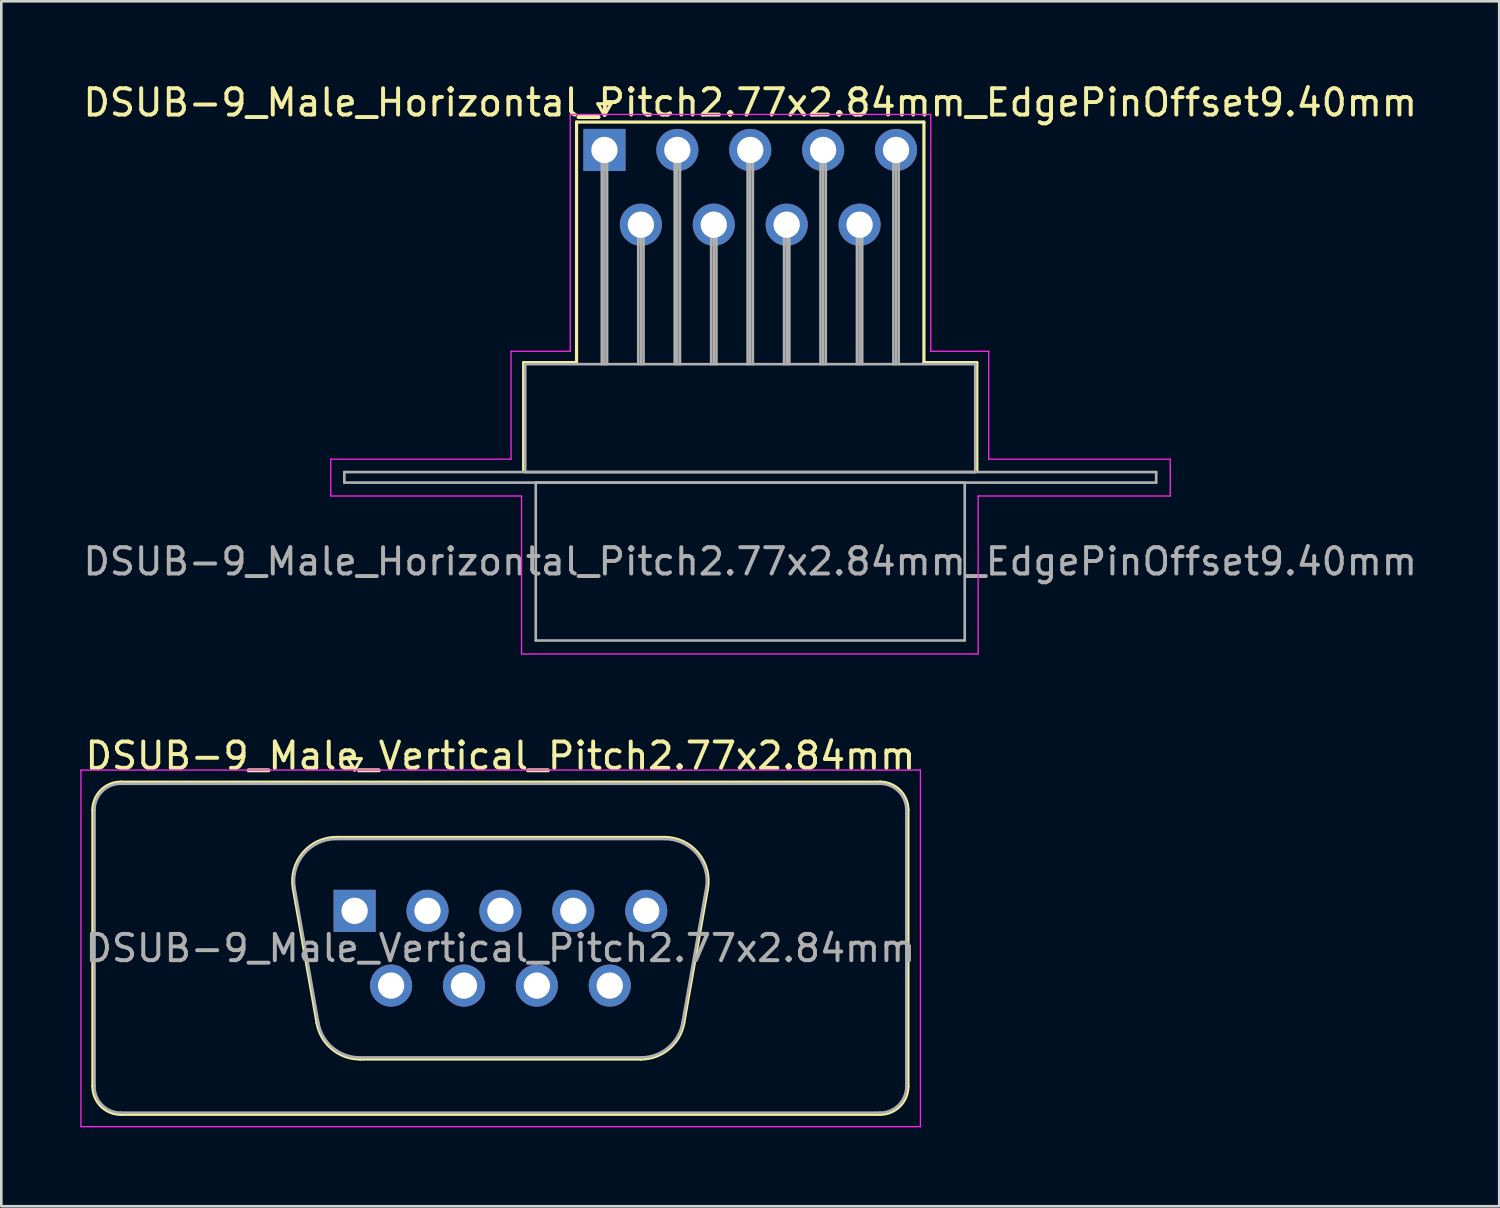
<source format=kicad_pcb>
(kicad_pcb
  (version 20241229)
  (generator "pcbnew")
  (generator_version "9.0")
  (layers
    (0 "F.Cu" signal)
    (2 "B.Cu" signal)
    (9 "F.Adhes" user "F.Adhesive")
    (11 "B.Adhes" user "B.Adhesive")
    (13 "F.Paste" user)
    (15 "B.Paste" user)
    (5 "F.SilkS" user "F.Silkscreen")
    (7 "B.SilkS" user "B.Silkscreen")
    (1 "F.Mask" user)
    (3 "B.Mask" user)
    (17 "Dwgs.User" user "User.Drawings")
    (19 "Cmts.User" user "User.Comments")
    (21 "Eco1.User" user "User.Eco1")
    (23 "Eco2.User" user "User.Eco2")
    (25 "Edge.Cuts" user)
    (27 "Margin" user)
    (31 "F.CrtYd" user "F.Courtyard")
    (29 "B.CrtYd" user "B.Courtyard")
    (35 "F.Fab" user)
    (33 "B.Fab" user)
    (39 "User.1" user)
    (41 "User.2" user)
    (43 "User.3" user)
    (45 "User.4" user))
  (footprint "DSUB-9_Male_Horizontal_Pitch2.77x2.84mm_EdgePinOffset9.40mm"
    (layer "F.Cu")
    (at 19.918 2.648)
    (property "Reference" "DSUB-9_Male_Horizontal_Pitch2.77x2.84mm_EdgePinOffset9.40mm" (at 5.54 -1.8 0) (layer "F.SilkS") (effects (font (size 1 1) (thickness 0.15))))
    (attr through_hole)
    (fp_line (start -3.07 8.08) (end -1.06 8.08) (stroke (width 0.12) (type solid)) (layer "F.SilkS"))
    (fp_line (start -3.07 12.18) (end -3.07 8.08) (stroke (width 0.12) (type solid)) (layer "F.SilkS"))
    (fp_line (start -1.06 -1.06) (end 12.14 -1.06) (stroke (width 0.12) (type solid)) (layer "F.SilkS"))
    (fp_line (start -1.06 8.08) (end -1.06 -1.06) (stroke (width 0.12) (type solid)) (layer "F.SilkS"))
    (fp_line (start -0.25 -1.754) (end 0.25 -1.754) (stroke (width 0.12) (type solid)) (layer "F.SilkS"))
    (fp_line (start 0 -1.321) (end -0.25 -1.754) (stroke (width 0.12) (type solid)) (layer "F.SilkS"))
    (fp_line (start 0.25 -1.754) (end 0 -1.321) (stroke (width 0.12) (type solid)) (layer "F.SilkS"))
    (fp_line (start 12.14 -1.06) (end 12.14 8.08) (stroke (width 0.12) (type solid)) (layer "F.SilkS"))
    (fp_line (start 12.14 8.08) (end 14.15 8.08) (stroke (width 0.12) (type solid)) (layer "F.SilkS"))
    (fp_line (start 14.15 8.08) (end 14.15 12.18) (stroke (width 0.12) (type solid)) (layer "F.SilkS"))
    (fp_line (start -10.4 11.75) (end -3.55 11.75) (stroke (width 0.05) (type solid)) (layer "F.CrtYd"))
    (fp_line (start -10.4 13.15) (end -10.4 11.75) (stroke (width 0.05) (type solid)) (layer "F.CrtYd"))
    (fp_line (start -3.55 7.65) (end -1.3 7.65) (stroke (width 0.05) (type solid)) (layer "F.CrtYd"))
    (fp_line (start -3.55 11.75) (end -3.55 7.65) (stroke (width 0.05) (type solid)) (layer "F.CrtYd"))
    (fp_line (start -3.15 13.15) (end -10.4 13.15) (stroke (width 0.05) (type solid)) (layer "F.CrtYd"))
    (fp_line (start -3.15 19.15) (end -3.15 13.15) (stroke (width 0.05) (type solid)) (layer "F.CrtYd"))
    (fp_line (start -1.3 -1.35) (end 12.4 -1.35) (stroke (width 0.05) (type solid)) (layer "F.CrtYd"))
    (fp_line (start -1.3 7.65) (end -1.3 -1.35) (stroke (width 0.05) (type solid)) (layer "F.CrtYd"))
    (fp_line (start 12.4 -1.35) (end 12.4 7.65) (stroke (width 0.05) (type solid)) (layer "F.CrtYd"))
    (fp_line (start 12.4 7.65) (end 14.6 7.65) (stroke (width 0.05) (type solid)) (layer "F.CrtYd"))
    (fp_line (start 14.2 13.15) (end 14.2 19.15) (stroke (width 0.05) (type solid)) (layer "F.CrtYd"))
    (fp_line (start 14.2 19.15) (end -3.15 19.15) (stroke (width 0.05) (type solid)) (layer "F.CrtYd"))
    (fp_line (start 14.6 7.65) (end 14.6 11.75) (stroke (width 0.05) (type solid)) (layer "F.CrtYd"))
    (fp_line (start 14.6 11.75) (end 21.5 11.75) (stroke (width 0.05) (type solid)) (layer "F.CrtYd"))
    (fp_line (start 21.5 11.75) (end 21.5 13.15) (stroke (width 0.05) (type solid)) (layer "F.CrtYd"))
    (fp_line (start 21.5 13.15) (end 14.2 13.15) (stroke (width 0.05) (type solid)) (layer "F.CrtYd"))
    (fp_line (start -9.885 12.24) (end -9.885 12.64) (stroke (width 0.1) (type solid)) (layer "F.Fab"))
    (fp_line (start -9.885 12.64) (end 20.965 12.64) (stroke (width 0.1) (type solid)) (layer "F.Fab"))
    (fp_line (start -3.01 8.14) (end -3.01 12.24) (stroke (width 0.1) (type solid)) (layer "F.Fab"))
    (fp_line (start -3.01 12.24) (end 14.09 12.24) (stroke (width 0.1) (type solid)) (layer "F.Fab"))
    (fp_line (start -2.61 12.64) (end -2.61 18.64) (stroke (width 0.1) (type solid)) (layer "F.Fab"))
    (fp_line (start -2.61 18.64) (end 13.69 18.64) (stroke (width 0.1) (type solid)) (layer "F.Fab"))
    (fp_line (start -0.1 0) (end -0.1 8.14) (stroke (width 0.1) (type solid)) (layer "F.Fab"))
    (fp_line (start 0 0) (end 0 8.14) (stroke (width 0.1) (type solid)) (layer "F.Fab"))
    (fp_line (start 0.1 0) (end 0.1 8.14) (stroke (width 0.1) (type solid)) (layer "F.Fab"))
    (fp_line (start 1.285 2.84) (end 1.285 8.14) (stroke (width 0.1) (type solid)) (layer "F.Fab"))
    (fp_line (start 1.385 2.84) (end 1.385 8.14) (stroke (width 0.1) (type solid)) (layer "F.Fab"))
    (fp_line (start 1.485 2.84) (end 1.485 8.14) (stroke (width 0.1) (type solid)) (layer "F.Fab"))
    (fp_line (start 2.67 0) (end 2.67 8.14) (stroke (width 0.1) (type solid)) (layer "F.Fab"))
    (fp_line (start 2.77 0) (end 2.77 8.14) (stroke (width 0.1) (type solid)) (layer "F.Fab"))
    (fp_line (start 2.87 0) (end 2.87 8.14) (stroke (width 0.1) (type solid)) (layer "F.Fab"))
    (fp_line (start 4.055 2.84) (end 4.055 8.14) (stroke (width 0.1) (type solid)) (layer "F.Fab"))
    (fp_line (start 4.155 2.84) (end 4.155 8.14) (stroke (width 0.1) (type solid)) (layer "F.Fab"))
    (fp_line (start 4.255 2.84) (end 4.255 8.14) (stroke (width 0.1) (type solid)) (layer "F.Fab"))
    (fp_line (start 5.44 0) (end 5.44 8.14) (stroke (width 0.1) (type solid)) (layer "F.Fab"))
    (fp_line (start 5.54 0) (end 5.54 8.14) (stroke (width 0.1) (type solid)) (layer "F.Fab"))
    (fp_line (start 5.64 0) (end 5.64 8.14) (stroke (width 0.1) (type solid)) (layer "F.Fab"))
    (fp_line (start 6.825 2.84) (end 6.825 8.14) (stroke (width 0.1) (type solid)) (layer "F.Fab"))
    (fp_line (start 6.925 2.84) (end 6.925 8.14) (stroke (width 0.1) (type solid)) (layer "F.Fab"))
    (fp_line (start 7.025 2.84) (end 7.025 8.14) (stroke (width 0.1) (type solid)) (layer "F.Fab"))
    (fp_line (start 8.21 0) (end 8.21 8.14) (stroke (width 0.1) (type solid)) (layer "F.Fab"))
    (fp_line (start 8.31 0) (end 8.31 8.14) (stroke (width 0.1) (type solid)) (layer "F.Fab"))
    (fp_line (start 8.41 0) (end 8.41 8.14) (stroke (width 0.1) (type solid)) (layer "F.Fab"))
    (fp_line (start 9.595 2.84) (end 9.595 8.14) (stroke (width 0.1) (type solid)) (layer "F.Fab"))
    (fp_line (start 9.695 2.84) (end 9.695 8.14) (stroke (width 0.1) (type solid)) (layer "F.Fab"))
    (fp_line (start 9.795 2.84) (end 9.795 8.14) (stroke (width 0.1) (type solid)) (layer "F.Fab"))
    (fp_line (start 10.98 0) (end 10.98 8.14) (stroke (width 0.1) (type solid)) (layer "F.Fab"))
    (fp_line (start 11.08 0) (end 11.08 8.14) (stroke (width 0.1) (type solid)) (layer "F.Fab"))
    (fp_line (start 11.18 0) (end 11.18 8.14) (stroke (width 0.1) (type solid)) (layer "F.Fab"))
    (fp_line (start 13.69 12.64) (end -2.61 12.64) (stroke (width 0.1) (type solid)) (layer "F.Fab"))
    (fp_line (start 13.69 18.64) (end 13.69 12.64) (stroke (width 0.1) (type solid)) (layer "F.Fab"))
    (fp_line (start 14.09 8.14) (end -3.01 8.14) (stroke (width 0.1) (type solid)) (layer "F.Fab"))
    (fp_line (start 14.09 12.24) (end 14.09 8.14) (stroke (width 0.1) (type solid)) (layer "F.Fab"))
    (fp_line (start 20.965 12.24) (end -9.885 12.24) (stroke (width 0.1) (type solid)) (layer "F.Fab"))
    (fp_line (start 20.965 12.64) (end 20.965 12.24) (stroke (width 0.1) (type solid)) (layer "F.Fab"))
    (fp_text user "${REFERENCE}" (at 5.54 15.64 0) (layer "F.Fab") (effects (font (size 1 1) (thickness 0.15))))
    (pad "1" thru_hole rect (at 0 0) (size 1.6 1.6) (drill 1) (layers "*.Cu" "*.Mask"))
    (pad "2" thru_hole circle (at 2.77 0) (size 1.6 1.6) (drill 1) (layers "*.Cu" "*.Mask"))
    (pad "3" thru_hole circle (at 5.54 0) (size 1.6 1.6) (drill 1) (layers "*.Cu" "*.Mask"))
    (pad "4" thru_hole circle (at 8.31 0) (size 1.6 1.6) (drill 1) (layers "*.Cu" "*.Mask"))
    (pad "5" thru_hole circle (at 11.08 0) (size 1.6 1.6) (drill 1) (layers "*.Cu" "*.Mask"))
    (pad "6" thru_hole circle (at 1.385 2.84) (size 1.6 1.6) (drill 1) (layers "*.Cu" "*.Mask"))
    (pad "7" thru_hole circle (at 4.155 2.84) (size 1.6 1.6) (drill 1) (layers "*.Cu" "*.Mask"))
    (pad "8" thru_hole circle (at 6.925 2.84) (size 1.6 1.6) (drill 1) (layers "*.Cu" "*.Mask"))
    (pad "9" thru_hole circle (at 9.695 2.84) (size 1.6 1.6) (drill 1) (layers "*.Cu" "*.Mask")))
  (footprint "DSUB-9_Male_Vertical_Pitch2.77x2.84mm"
    (layer "F.Cu")
    (at 10.425 31.561)
    (property "Reference" "DSUB-9_Male_Vertical_Pitch2.77x2.84mm" (at 5.54 -5.89 0) (layer "F.SilkS") (effects (font (size 1 1) (thickness 0.15))))
    (attr through_hole)
    (fp_line (start -9.945 6.67) (end -9.945 -3.83) (stroke (width 0.12) (type solid)) (layer "F.SilkS"))
    (fp_line (start -8.885 -4.89) (end 19.965 -4.89) (stroke (width 0.12) (type solid)) (layer "F.SilkS"))
    (fp_line (start -2.326 -0.842) (end -1.427 4.258) (stroke (width 0.12) (type solid)) (layer "F.SilkS"))
    (fp_line (start -0.692 -2.79) (end 11.772 -2.79) (stroke (width 0.12) (type solid)) (layer "F.SilkS"))
    (fp_line (start -0.25 -5.784) (end 0.25 -5.784) (stroke (width 0.12) (type solid)) (layer "F.SilkS"))
    (fp_line (start 0 -5.351) (end -0.25 -5.784) (stroke (width 0.12) (type solid)) (layer "F.SilkS"))
    (fp_line (start 0.208 5.63) (end 10.872 5.63) (stroke (width 0.12) (type solid)) (layer "F.SilkS"))
    (fp_line (start 0.25 -5.784) (end 0 -5.351) (stroke (width 0.12) (type solid)) (layer "F.SilkS"))
    (fp_line (start 13.406 -0.842) (end 12.507 4.258) (stroke (width 0.12) (type solid)) (layer "F.SilkS"))
    (fp_line (start 19.965 7.73) (end -8.885 7.73) (stroke (width 0.12) (type solid)) (layer "F.SilkS"))
    (fp_line (start 21.025 -3.83) (end 21.025 6.67) (stroke (width 0.12) (type solid)) (layer "F.SilkS"))
    (fp_arc (start -9.945 -3.83) (mid -9.634533 -4.579533) (end -8.885 -4.89) (stroke (width 0.12) (type solid)) (layer "F.SilkS"))
    (fp_arc (start -8.885 7.73) (mid -9.634533 7.419533) (end -9.945 6.67) (stroke (width 0.12) (type solid)) (layer "F.SilkS"))
    (fp_arc (start -2.32647 -0.841744) (mid -1.963323 -2.197028) (end -0.691689 -2.79) (stroke (width 0.12) (type solid)) (layer "F.SilkS"))
    (fp_arc (start 0.207579 5.63) (mid -0.859448 5.241634) (end -1.427202 4.258256) (stroke (width 0.12) (type solid)) (layer "F.SilkS"))
    (fp_arc (start 11.771689 -2.79) (mid 13.043323 -2.197027) (end 13.40647 -0.841744) (stroke (width 0.12) (type solid)) (layer "F.SilkS"))
    (fp_arc (start 12.507202 4.258256) (mid 11.939449 5.241634) (end 10.872421 5.63) (stroke (width 0.12) (type solid)) (layer "F.SilkS"))
    (fp_arc (start 19.965 -4.89) (mid 20.714533 -4.579533) (end 21.025 -3.83) (stroke (width 0.12) (type solid)) (layer "F.SilkS"))
    (fp_arc (start 21.025 6.67) (mid 20.714533 7.419533) (end 19.965 7.73) (stroke (width 0.12) (type solid)) (layer "F.SilkS"))
    (fp_line (start -10.4 -5.35) (end -10.4 8.2) (stroke (width 0.05) (type solid)) (layer "F.CrtYd"))
    (fp_line (start -10.4 8.2) (end 21.5 8.2) (stroke (width 0.05) (type solid)) (layer "F.CrtYd"))
    (fp_line (start 21.5 -5.35) (end -10.4 -5.35) (stroke (width 0.05) (type solid)) (layer "F.CrtYd"))
    (fp_line (start 21.5 8.2) (end 21.5 -5.35) (stroke (width 0.05) (type solid)) (layer "F.CrtYd"))
    (fp_line (start -9.885 6.67) (end -9.885 -3.83) (stroke (width 0.1) (type solid)) (layer "F.Fab"))
    (fp_line (start -8.885 -4.83) (end 19.965 -4.83) (stroke (width 0.1) (type solid)) (layer "F.Fab"))
    (fp_line (start -2.279 -0.852) (end -1.38 4.248) (stroke (width 0.1) (type solid)) (layer "F.Fab"))
    (fp_line (start -0.703 -2.73) (end 11.783 -2.73) (stroke (width 0.1) (type solid)) (layer "F.Fab"))
    (fp_line (start 0.196 5.57) (end 10.884 5.57) (stroke (width 0.1) (type solid)) (layer "F.Fab"))
    (fp_line (start 13.359 -0.852) (end 12.46 4.248) (stroke (width 0.1) (type solid)) (layer "F.Fab"))
    (fp_line (start 19.965 7.67) (end -8.885 7.67) (stroke (width 0.1) (type solid)) (layer "F.Fab"))
    (fp_line (start 20.965 -3.83) (end 20.965 6.67) (stroke (width 0.1) (type solid)) (layer "F.Fab"))
    (fp_arc (start -9.885 -3.83) (mid -9.592107 -4.537107) (end -8.885 -4.83) (stroke (width 0.1) (type solid)) (layer "F.Fab"))
    (fp_arc (start -8.885 7.67) (mid -9.592107 7.377107) (end -9.885 6.67) (stroke (width 0.1) (type solid)) (layer "F.Fab"))
    (fp_arc (start -2.278886 -0.852163) (mid -1.928865 -2.15846) (end -0.703194 -2.73) (stroke (width 0.1) (type solid)) (layer "F.Fab"))
    (fp_arc (start 0.196073 5.57) (mid -0.832387 5.195671) (end -1.379619 4.247837) (stroke (width 0.1) (type solid)) (layer "F.Fab"))
    (fp_arc (start 11.783194 -2.73) (mid 13.008865 -2.15846) (end 13.358886 -0.852163) (stroke (width 0.1) (type solid)) (layer "F.Fab"))
    (fp_arc (start 12.459619 4.247837) (mid 11.912387 5.195671) (end 10.883927 5.57) (stroke (width 0.1) (type solid)) (layer "F.Fab"))
    (fp_arc (start 19.965 -4.83) (mid 20.672107 -4.537107) (end 20.965 -3.83) (stroke (width 0.1) (type solid)) (layer "F.Fab"))
    (fp_arc (start 20.965 6.67) (mid 20.672107 7.377107) (end 19.965 7.67) (stroke (width 0.1) (type solid)) (layer "F.Fab"))
    (fp_text user "${REFERENCE}" (at 5.54 1.42 0) (layer "F.Fab") (effects (font (size 1 1) (thickness 0.15))))
    (pad "1" thru_hole rect (at 0 0) (size 1.6 1.6) (drill 1) (layers "*.Cu" "*.Mask"))
    (pad "2" thru_hole circle (at 2.77 0) (size 1.6 1.6) (drill 1) (layers "*.Cu" "*.Mask"))
    (pad "3" thru_hole circle (at 5.54 0) (size 1.6 1.6) (drill 1) (layers "*.Cu" "*.Mask"))
    (pad "4" thru_hole circle (at 8.31 0) (size 1.6 1.6) (drill 1) (layers "*.Cu" "*.Mask"))
    (pad "5" thru_hole circle (at 11.08 0) (size 1.6 1.6) (drill 1) (layers "*.Cu" "*.Mask"))
    (pad "6" thru_hole circle (at 1.385 2.84) (size 1.6 1.6) (drill 1) (layers "*.Cu" "*.Mask"))
    (pad "7" thru_hole circle (at 4.155 2.84) (size 1.6 1.6) (drill 1) (layers "*.Cu" "*.Mask"))
    (pad "8" thru_hole circle (at 6.925 2.84) (size 1.6 1.6) (drill 1) (layers "*.Cu" "*.Mask"))
    (pad "9" thru_hole circle (at 9.695 2.84) (size 1.6 1.6) (drill 1) (layers "*.Cu" "*.Mask")))
  (gr_rect
    (start -3 -3)
    (end 53.917 42.786)
    (stroke (width 0.1) (type default))
    (fill no)
    (layer "Edge.Cuts")))
</source>
